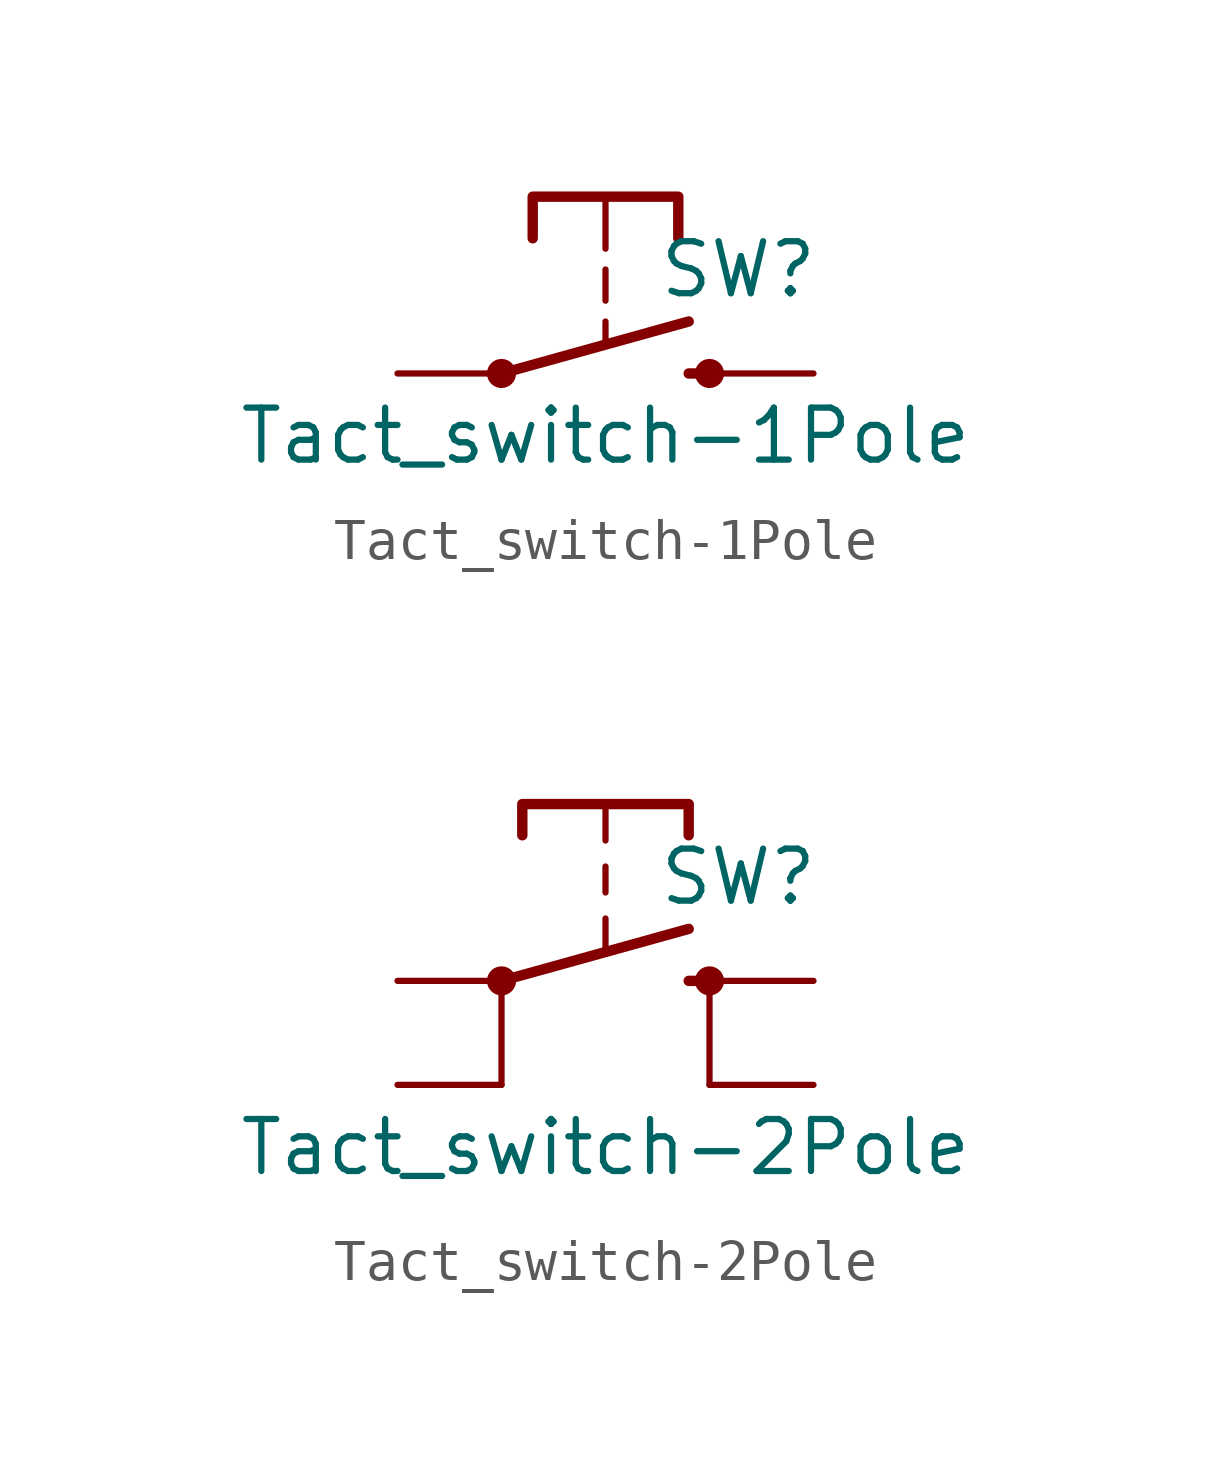
<source format=kicad_sym>
(kicad_symbol_lib
  (version 20220914)
  (generator kicad_symbol_editor)
  (symbol "Tact_switch-1Pole"
    (pin_numbers hide)
    (pin_names
      (offset 1.016) hide)
    (property "Reference" "SW"
      (at 1.27 2.54 0)
      (effects (font (size 1.27 1.27)) (justify left)))
    (property "Value" "Tact_switch-1Pole"
      (at 0 -1.524 0)
      (effects (font (size 1.27 1.27))))
    (symbol "Tact_switch-1Pole_0_1"
      (polyline (pts (xy -2.54 0) (xy 2.032 1.27)) (stroke (width 0.254) (type solid)) (fill (type none)))
      (polyline (pts (xy 0 0.762) (xy 0 1.27)) (stroke (width 0) (type solid)) (fill (type none)))
      (polyline (pts (xy 2.54 0) (xy 2.032 0)) (stroke (width 0.254) (type solid)) (fill (type none)))
      (polyline (pts (xy -1.778 3.302) (xy -1.778 3.556) (xy -1.778 4.318) (xy 1.778 4.318) (xy 1.778 3.81) (xy 1.778 3.302)) (stroke (width 0.254) (type solid)) (fill (type none)))
      (pin passive line (at -5.08 0 0) (length 2.54) (name "1" (effects (font (size 1.27 1.27)))) (number "1" (effects (font (size 1.27 1.27)))))
      (pin passive line (at 5.08 0 180) (length 2.54) (name "2" (effects (font (size 1.27 1.27)))) (number "2" (effects (font (size 1.27 1.27))))))
    (symbol "Tact_switch-1Pole_1_1"
      (circle (center -2.54 0) (radius 0.102) (stroke (width 0.254) (type solid)) (fill (type none)))
      (polyline (pts (xy 0 1.778) (xy 0 2.54)) (stroke (width 0) (type solid)) (fill (type none)))
      (polyline (pts (xy 0 3.048) (xy 0 4.318)) (stroke (width 0) (type solid)) (fill (type none)))
      (circle (center 2.54 0) (radius 0.102) (stroke (width 0.254) (type solid)) (fill (type none)))))
  (symbol "Tact_switch-2Pole"
    (pin_numbers hide)
    (pin_names
      (offset 1.016) hide)
    (property "Reference" "SW"
      (at 1.27 2.54 0)
      (effects (font (size 1.27 1.27)) (justify left)))
    (property "Value" "Tact_switch-2Pole"
      (at 0 -4.064 0)
      (effects (font (size 1.27 1.27))))
    (symbol "Tact_switch-2Pole_0_1"
      (polyline (pts (xy -2.54 0) (xy -2.54 -2.54)) (stroke (width 0) (type solid)) (fill (type none)))
      (polyline (pts (xy -2.54 0) (xy 2.032 1.27)) (stroke (width 0.254) (type solid)) (fill (type none)))
      (polyline (pts (xy 0 0.762) (xy 0 1.524)) (stroke (width 0) (type solid)) (fill (type none)))
      (polyline (pts (xy 2.54 0) (xy 2.032 0)) (stroke (width 0.254) (type solid)) (fill (type none)))
      (polyline (pts (xy 2.54 0) (xy 2.54 -2.54)) (stroke (width 0) (type solid)) (fill (type none)))
      (polyline (pts (xy -2.032 3.556) (xy -2.032 4.318) (xy 2.032 4.318) (xy 2.032 3.556)) (stroke (width 0.254) (type solid)) (fill (type none)))
      (pin passive line (at -5.08 0 0) (length 2.54) (name "1" (effects (font (size 1.27 1.27)))) (number "1" (effects (font (size 1.27 1.27)))))
      (pin passive line (at 5.08 0 180) (length 2.54) (name "2" (effects (font (size 1.27 1.27)))) (number "2" (effects (font (size 1.27 1.27))))))
    (symbol "Tact_switch-2Pole_1_1"
      (circle (center -2.54 0) (radius 0.102) (stroke (width 0.254) (type solid)) (fill (type none)))
      (polyline (pts (xy 0 2.159) (xy 0 2.794)) (stroke (width 0) (type solid)) (fill (type none)))
      (polyline (pts (xy 0 3.429) (xy 0 4.318)) (stroke (width 0) (type solid)) (fill (type none)))
      (circle (center 2.54 0) (radius 0.102) (stroke (width 0.254) (type solid)) (fill (type none)))
      (pin passive line (at -5.08 -2.54 0) (length 2.54) (name "3" (effects (font (size 1.27 1.27)))) (number "3" (effects (font (size 1.27 1.27)))))
      (pin passive line (at 5.08 -2.54 180) (length 2.54) (name "4" (effects (font (size 1.27 1.27)))) (number "4" (effects (font (size 1.27 1.27))))))))
</source>
